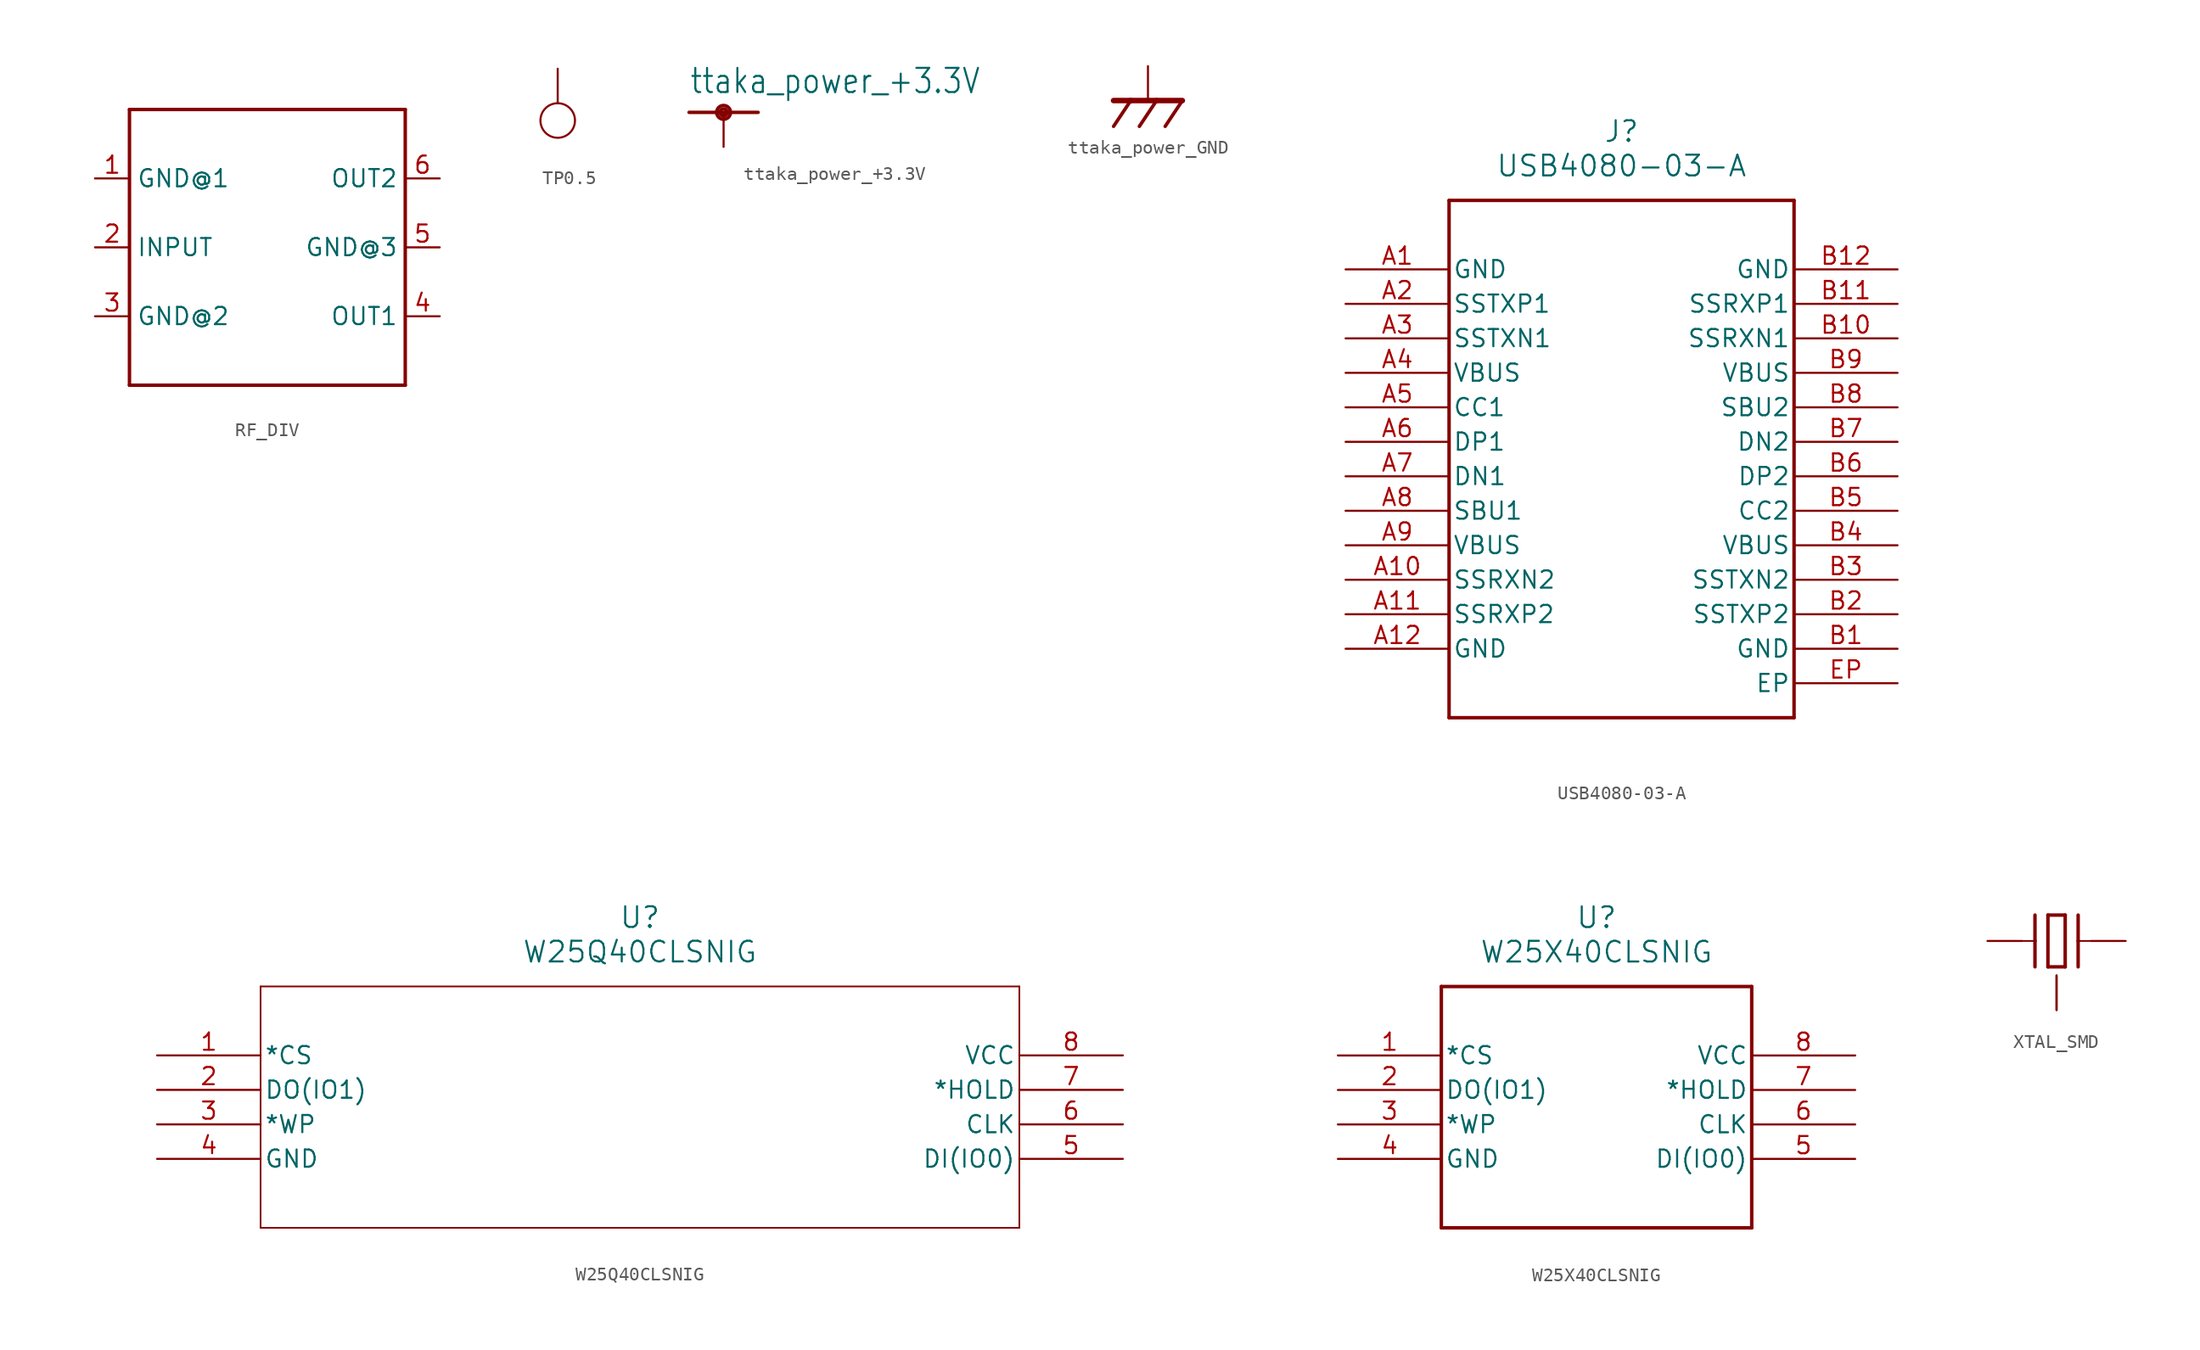
<source format=kicad_sym>
(kicad_symbol_lib
  (version 20231120)
  (generator "kicad_symbol_editor")
  (generator_version "8.0")
  (symbol "RF_DIV"
    (property "Reference" ""
      (at -8.89 11.43 0)
      (effects (font (size 1.778 1.511)) (justify left bottom) (hide yes)))
    (property "Value" ""
      (at 1.524 11.43 0)
      (effects (font (size 1.778 1.511)) (justify left bottom)))
    (property "ki_locked" ""
      (at 0 0 0)
      (effects (font (size 1.27 1.27))))
    (symbol "RF_DIV_1_0"
      (polyline (pts (xy -10.16 -10.16) (xy 10.16 -10.16)) (stroke (width 0.254) (type solid)) (fill (type none)))
      (polyline (pts (xy -10.16 10.16) (xy -10.16 -10.16)) (stroke (width 0.254) (type solid)) (fill (type none)))
      (polyline (pts (xy 10.16 -10.16) (xy 10.16 10.16)) (stroke (width 0.254) (type solid)) (fill (type none)))
      (polyline (pts (xy 10.16 10.16) (xy -10.16 10.16)) (stroke (width 0.254) (type solid)) (fill (type none)))
      (pin bidirectional line (at -12.7 5.08 0) (length 2.54) (name "GND@1" (effects (font (size 1.27 1.27)))) (number "1" (effects (font (size 1.27 1.27)))))
      (pin input line (at -12.7 0 0) (length 2.54) (name "INPUT" (effects (font (size 1.27 1.27)))) (number "2" (effects (font (size 1.27 1.27)))))
      (pin bidirectional line (at -12.7 -5.08 0) (length 2.54) (name "GND@2" (effects (font (size 1.27 1.27)))) (number "3" (effects (font (size 1.27 1.27)))))
      (pin bidirectional line (at 12.7 -5.08 180) (length 2.54) (name "OUT1" (effects (font (size 1.27 1.27)))) (number "4" (effects (font (size 1.27 1.27)))))
      (pin bidirectional line (at 12.7 0 180) (length 2.54) (name "GND@3" (effects (font (size 1.27 1.27)))) (number "5" (effects (font (size 1.27 1.27)))))
      (pin bidirectional line (at 12.7 5.08 180) (length 2.54) (name "OUT2" (effects (font (size 1.27 1.27)))) (number "6" (effects (font (size 1.27 1.27)))))))
  (symbol "TP0.5"
    (property "Reference" ""
      (at 2.54 2.54 0)
      (effects (font (size 1.27 1.079)) (justify left bottom) (hide yes)))
    (property "Value" ""
      (at 2.54 -2.54 0)
      (effects (font (size 1.27 1.079)) (justify left bottom)))
    (property "ki_locked" ""
      (at 0 0 0)
      (effects (font (size 1.27 1.27))))
    (symbol "TP0.5_1_0"
      (pin bidirectional line (at 0 3.81 270) (length 2.54) (name "1" (effects (font (size 0 0)))) (number "1" (effects (font (size 0 0))))))
    (symbol "TP0.5_1_1"
      (circle (center 0 0) (radius 1.27) (stroke (width 0) (type default)) (fill (type none)))))
  (symbol "ttaka_power_+3.3V"
    (power)
    (property "Reference" ""
      (at 0 0 0)
      (effects (font (size 1.27 1.27)) (hide yes)))
    (property "Value" "ttaka_power_+3.3V"
      (at -2.54 1.27 0)
      (effects (font (size 1.778 1.511)) (justify left bottom)))
    (property "ki_locked" ""
      (at 0 0 0)
      (effects (font (size 1.27 1.27))))
    (symbol "ttaka_power_+3.3V_1_0"
      (polyline (pts (xy -2.54 0) (xy 2.54 0)) (stroke (width 0.254) (type solid)) (fill (type none)))
      (circle (center 0 0) (radius 0.254) (stroke (width 0.254) (type solid)) (fill (type none)))
      (circle (center 0 0) (radius 0.508) (stroke (width 0.254) (type solid)) (fill (type none)))
      (pin power_in line (at 0 -2.54 90) (length 2.54) (name "+3.3V" (effects (font (size 0 0)))) (number "1" (effects (font (size 0 0)))))))
  (symbol "ttaka_power_GND"
    (power)
    (property "Reference" ""
      (at 0 0 0)
      (effects (font (size 1.27 1.27)) (hide yes)))
    (property "ki_locked" ""
      (at 0 0 0)
      (effects (font (size 1.27 1.27))))
    (symbol "ttaka_power_GND_1_0"
      (polyline (pts (xy -2.54 -2.54) (xy -1.27 -2.54)) (stroke (width 0.406) (type solid)) (fill (type none)))
      (polyline (pts (xy -1.27 -2.54) (xy -2.54 -4.445)) (stroke (width 0.254) (type solid)) (fill (type none)))
      (polyline (pts (xy 0.635 -2.54) (xy -1.27 -2.54)) (stroke (width 0.406) (type solid)) (fill (type none)))
      (polyline (pts (xy 0.635 -2.54) (xy -0.635 -4.445)) (stroke (width 0.254) (type solid)) (fill (type none)))
      (polyline (pts (xy 0.635 -2.54) (xy 2.54 -2.54)) (stroke (width 0.406) (type solid)) (fill (type none)))
      (polyline (pts (xy 2.54 -2.54) (xy 1.27 -4.445)) (stroke (width 0.254) (type solid)) (fill (type none)))
      (pin power_in line (at 0 0 270) (length 2.54) (name "GND" (effects (font (size 0 0)))) (number "1" (effects (font (size 0 0)))))))
  (symbol "USB4080-03-A"
    (pin_names
      (offset 0.254))
    (property "Reference" "J"
      (at 25.4 10.16 0)
      (effects (font (size 1.524 1.524))))
    (property "Value" "USB4080-03-A"
      (at 25.4 7.62 0)
      (effects (font (size 1.524 1.524))))
    (property "ki_locked" ""
      (at 0 0 0)
      (effects (font (size 1.27 1.27))))
    (symbol "USB4080-03-A_0_1"
      (pin power_out line (at 5.08 0 0) (length 7.62) (name "GND" (effects (font (size 1.27 1.27)))) (number "A1" (effects (font (size 1.27 1.27)))))
      (pin bidirectional line (at 5.08 -22.86 0) (length 7.62) (name "SSRXN2" (effects (font (size 1.27 1.27)))) (number "A10" (effects (font (size 1.27 1.27)))))
      (pin bidirectional line (at 5.08 -25.4 0) (length 7.62) (name "SSRXP2" (effects (font (size 1.27 1.27)))) (number "A11" (effects (font (size 1.27 1.27)))))
      (pin power_out line (at 5.08 -27.94 0) (length 7.62) (name "GND" (effects (font (size 1.27 1.27)))) (number "A12" (effects (font (size 1.27 1.27)))))
      (pin bidirectional line (at 5.08 -2.54 0) (length 7.62) (name "SSTXP1" (effects (font (size 1.27 1.27)))) (number "A2" (effects (font (size 1.27 1.27)))))
      (pin bidirectional line (at 5.08 -5.08 0) (length 7.62) (name "SSTXN1" (effects (font (size 1.27 1.27)))) (number "A3" (effects (font (size 1.27 1.27)))))
      (pin power_in line (at 5.08 -7.62 0) (length 7.62) (name "VBUS" (effects (font (size 1.27 1.27)))) (number "A4" (effects (font (size 1.27 1.27)))))
      (pin bidirectional line (at 5.08 -10.16 0) (length 7.62) (name "CC1" (effects (font (size 1.27 1.27)))) (number "A5" (effects (font (size 1.27 1.27)))))
      (pin bidirectional line (at 5.08 -12.7 0) (length 7.62) (name "DP1" (effects (font (size 1.27 1.27)))) (number "A6" (effects (font (size 1.27 1.27)))))
      (pin bidirectional line (at 5.08 -15.24 0) (length 7.62) (name "DN1" (effects (font (size 1.27 1.27)))) (number "A7" (effects (font (size 1.27 1.27)))))
      (pin bidirectional line (at 5.08 -17.78 0) (length 7.62) (name "SBU1" (effects (font (size 1.27 1.27)))) (number "A8" (effects (font (size 1.27 1.27)))))
      (pin power_in line (at 5.08 -20.32 0) (length 7.62) (name "VBUS" (effects (font (size 1.27 1.27)))) (number "A9" (effects (font (size 1.27 1.27)))))
      (pin power_out line (at 45.72 -27.94 180) (length 7.62) (name "GND" (effects (font (size 1.27 1.27)))) (number "B1" (effects (font (size 1.27 1.27)))))
      (pin bidirectional line (at 45.72 -5.08 180) (length 7.62) (name "SSRXN1" (effects (font (size 1.27 1.27)))) (number "B10" (effects (font (size 1.27 1.27)))))
      (pin bidirectional line (at 45.72 -2.54 180) (length 7.62) (name "SSRXP1" (effects (font (size 1.27 1.27)))) (number "B11" (effects (font (size 1.27 1.27)))))
      (pin power_out line (at 45.72 0 180) (length 7.62) (name "GND" (effects (font (size 1.27 1.27)))) (number "B12" (effects (font (size 1.27 1.27)))))
      (pin bidirectional line (at 45.72 -25.4 180) (length 7.62) (name "SSTXP2" (effects (font (size 1.27 1.27)))) (number "B2" (effects (font (size 1.27 1.27)))))
      (pin bidirectional line (at 45.72 -22.86 180) (length 7.62) (name "SSTXN2" (effects (font (size 1.27 1.27)))) (number "B3" (effects (font (size 1.27 1.27)))))
      (pin power_in line (at 45.72 -20.32 180) (length 7.62) (name "VBUS" (effects (font (size 1.27 1.27)))) (number "B4" (effects (font (size 1.27 1.27)))))
      (pin bidirectional line (at 45.72 -17.78 180) (length 7.62) (name "CC2" (effects (font (size 1.27 1.27)))) (number "B5" (effects (font (size 1.27 1.27)))))
      (pin bidirectional line (at 45.72 -15.24 180) (length 7.62) (name "DP2" (effects (font (size 1.27 1.27)))) (number "B6" (effects (font (size 1.27 1.27)))))
      (pin bidirectional line (at 45.72 -12.7 180) (length 7.62) (name "DN2" (effects (font (size 1.27 1.27)))) (number "B7" (effects (font (size 1.27 1.27)))))
      (pin bidirectional line (at 45.72 -10.16 180) (length 7.62) (name "SBU2" (effects (font (size 1.27 1.27)))) (number "B8" (effects (font (size 1.27 1.27)))))
      (pin power_in line (at 45.72 -7.62 180) (length 7.62) (name "VBUS" (effects (font (size 1.27 1.27)))) (number "B9" (effects (font (size 1.27 1.27))))))
    (symbol "USB4080-03-A_1_1"
      (polyline (pts (xy 12.7 -33.02) (xy 38.1 -33.02)) (stroke (width 0.254) (type default)) (fill (type none)))
      (polyline (pts (xy 12.7 5.08) (xy 12.7 -33.02)) (stroke (width 0.254) (type default)) (fill (type none)))
      (polyline (pts (xy 38.1 -33.02) (xy 38.1 5.08)) (stroke (width 0.254) (type default)) (fill (type none)))
      (polyline (pts (xy 38.1 5.08) (xy 12.7 5.08)) (stroke (width 0.254) (type default)) (fill (type none)))
      (pin unspecified line (at 45.72 -30.48 180) (length 7.62) (name "EP" (effects (font (size 1.27 1.27)))) (number "EP" (effects (font (size 1.27 1.27)))))))
  (symbol "W25Q40CLSNIG"
    (pin_names
      (offset 0.254))
    (property "Reference" "U"
      (at 35.56 10.16 0)
      (effects (font (size 1.524 1.524))))
    (property "Value" "W25Q40CLSNIG"
      (at 35.56 7.62 0)
      (effects (font (size 1.524 1.524))))
    (property "ki_locked" ""
      (at 0 0 0)
      (effects (font (size 1.27 1.27))))
    (symbol "W25Q40CLSNIG_0_1"
      (polyline (pts (xy 7.62 -12.7) (xy 63.5 -12.7)) (stroke (width 0.127) (type default)) (fill (type none)))
      (polyline (pts (xy 7.62 5.08) (xy 7.62 -12.7)) (stroke (width 0.127) (type default)) (fill (type none)))
      (polyline (pts (xy 63.5 -12.7) (xy 63.5 5.08)) (stroke (width 0.127) (type default)) (fill (type none)))
      (polyline (pts (xy 63.5 5.08) (xy 7.62 5.08)) (stroke (width 0.127) (type default)) (fill (type none)))
      (pin input line (at 0 0 0) (length 7.62) (name "*CS" (effects (font (size 1.27 1.27)))) (number "1" (effects (font (size 1.27 1.27)))))
      (pin bidirectional line (at 0 -2.54 0) (length 7.62) (name "DO(IO1)" (effects (font (size 1.27 1.27)))) (number "2" (effects (font (size 1.27 1.27)))))
      (pin bidirectional line (at 0 -5.08 0) (length 7.62) (name "*WP" (effects (font (size 1.27 1.27)))) (number "3" (effects (font (size 1.27 1.27)))))
      (pin power_in line (at 0 -7.62 0) (length 7.62) (name "GND" (effects (font (size 1.27 1.27)))) (number "4" (effects (font (size 1.27 1.27)))))
      (pin bidirectional line (at 71.12 -7.62 180) (length 7.62) (name "DI(IO0)" (effects (font (size 1.27 1.27)))) (number "5" (effects (font (size 1.27 1.27)))))
      (pin input line (at 71.12 -5.08 180) (length 7.62) (name "CLK" (effects (font (size 1.27 1.27)))) (number "6" (effects (font (size 1.27 1.27)))))
      (pin bidirectional line (at 71.12 -2.54 180) (length 7.62) (name "*HOLD" (effects (font (size 1.27 1.27)))) (number "7" (effects (font (size 1.27 1.27)))))
      (pin power_in line (at 71.12 0 180) (length 7.62) (name "VCC" (effects (font (size 1.27 1.27)))) (number "8" (effects (font (size 1.27 1.27)))))))
  (symbol "W25X40CLSNIG"
    (pin_names
      (offset 0.254))
    (property "Reference" "U"
      (at 0 13.97 0)
      (effects (font (size 1.524 1.524))))
    (property "Value" "W25X40CLSNIG"
      (at 0 11.43 0)
      (effects (font (size 1.524 1.524))))
    (property "ki_locked" ""
      (at 0 0 0)
      (effects (font (size 1.27 1.27))))
    (symbol "W25X40CLSNIG_0_1"
      (pin input line (at -19.05 3.81 0) (length 7.62) (name "*CS" (effects (font (size 1.27 1.27)))) (number "1" (effects (font (size 1.27 1.27)))))
      (pin output line (at -19.05 1.27 0) (length 7.62) (name "DO(IO1)" (effects (font (size 1.27 1.27)))) (number "2" (effects (font (size 1.27 1.27)))))
      (pin input line (at -19.05 -1.27 0) (length 7.62) (name "*WP" (effects (font (size 1.27 1.27)))) (number "3" (effects (font (size 1.27 1.27)))))
      (pin power_in line (at -19.05 -3.81 0) (length 7.62) (name "GND" (effects (font (size 1.27 1.27)))) (number "4" (effects (font (size 1.27 1.27)))))
      (pin bidirectional line (at 19.05 -3.81 180) (length 7.62) (name "DI(IO0)" (effects (font (size 1.27 1.27)))) (number "5" (effects (font (size 1.27 1.27)))))
      (pin input line (at 19.05 -1.27 180) (length 7.62) (name "CLK" (effects (font (size 1.27 1.27)))) (number "6" (effects (font (size 1.27 1.27)))))
      (pin input line (at 19.05 1.27 180) (length 7.62) (name "*HOLD" (effects (font (size 1.27 1.27)))) (number "7" (effects (font (size 1.27 1.27)))))
      (pin power_in line (at 19.05 3.81 180) (length 7.62) (name "VCC" (effects (font (size 1.27 1.27)))) (number "8" (effects (font (size 1.27 1.27))))))
    (symbol "W25X40CLSNIG_1_1"
      (polyline (pts (xy -11.43 -8.89) (xy 11.43 -8.89)) (stroke (width 0.254) (type default)) (fill (type none)))
      (polyline (pts (xy -11.43 8.89) (xy -11.43 -8.89)) (stroke (width 0.254) (type default)) (fill (type none)))
      (polyline (pts (xy 11.43 -8.89) (xy 11.43 8.89)) (stroke (width 0.254) (type default)) (fill (type none)))
      (polyline (pts (xy 11.43 8.89) (xy -11.43 8.89)) (stroke (width 0.254) (type default)) (fill (type none)))))
  (symbol "XTAL_SMD"
    (property "Reference" ""
      (at -7.62 3.81 0)
      (effects (font (size 1.778 1.511)) (justify left bottom) (hide yes)))
    (property "Value" ""
      (at 2.54 3.81 0)
      (effects (font (size 1.778 1.511)) (justify left bottom)))
    (property "ki_locked" ""
      (at 0 0 0)
      (effects (font (size 1.27 1.27))))
    (symbol "XTAL_SMD_1_0"
      (polyline (pts (xy -2.54 0) (xy -1.587 0)) (stroke (width 0.127) (type solid)) (fill (type none)))
      (polyline (pts (xy -1.587 -1.905) (xy -1.587 0)) (stroke (width 0.254) (type solid)) (fill (type none)))
      (polyline (pts (xy -1.587 0) (xy -1.587 1.905)) (stroke (width 0.254) (type solid)) (fill (type none)))
      (polyline (pts (xy -0.635 -1.905) (xy 0.635 -1.905)) (stroke (width 0.254) (type solid)) (fill (type none)))
      (polyline (pts (xy -0.635 1.905) (xy -0.635 -1.905)) (stroke (width 0.254) (type solid)) (fill (type none)))
      (polyline (pts (xy 0.635 -1.905) (xy 0.635 1.905)) (stroke (width 0.254) (type solid)) (fill (type none)))
      (polyline (pts (xy 0.635 1.905) (xy -0.635 1.905)) (stroke (width 0.254) (type solid)) (fill (type none)))
      (polyline (pts (xy 1.587 -1.905) (xy 1.587 0)) (stroke (width 0.254) (type solid)) (fill (type none)))
      (polyline (pts (xy 1.587 0) (xy 1.587 1.905)) (stroke (width 0.254) (type solid)) (fill (type none)))
      (polyline (pts (xy 1.587 0) (xy 2.54 0)) (stroke (width 0.127) (type solid)) (fill (type none)))
      (pin passive line (at -5.08 0 0) (length 2.54) (name "XTAL1" (effects (font (size 0 0)))) (number "P1" (effects (font (size 0 0)))))
      (pin passive line (at 0 -5.08 90) (length 2.54) (name "GND" (effects (font (size 0 0)))) (number "P2" (effects (font (size 0 0)))))
      (pin passive line (at 5.08 0 180) (length 2.54) (name "XTAL2" (effects (font (size 0 0)))) (number "P3" (effects (font (size 0 0)))))
      (pin passive line (at 0 -5.08 90) (length 2.54) (name "GND" (effects (font (size 0 0)))) (number "P4" (effects (font (size 0 0))))))))
</source>
